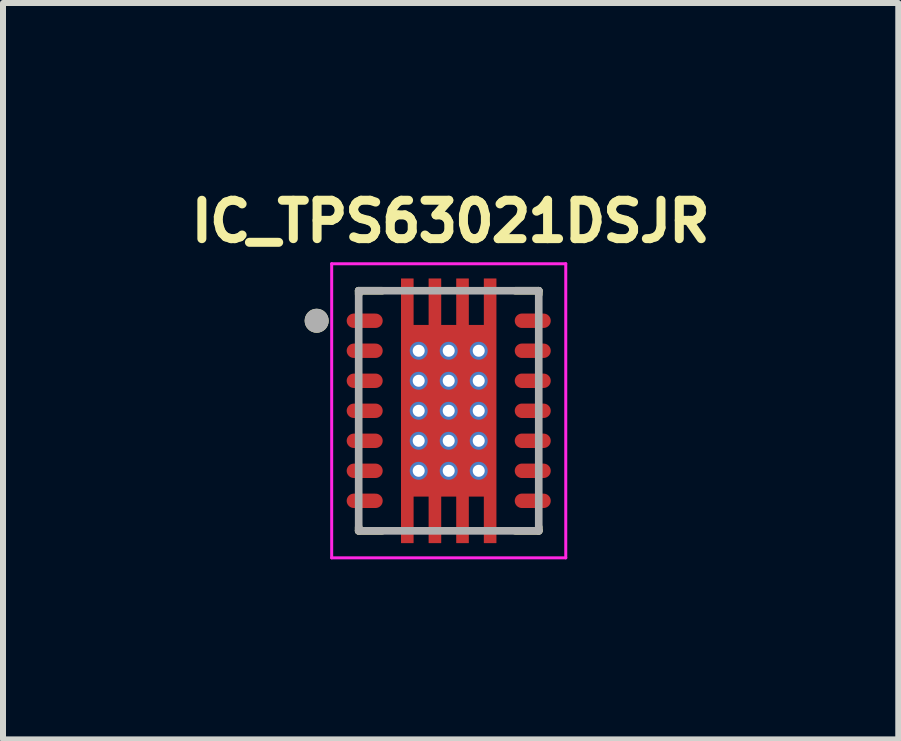
<source format=kicad_pcb>
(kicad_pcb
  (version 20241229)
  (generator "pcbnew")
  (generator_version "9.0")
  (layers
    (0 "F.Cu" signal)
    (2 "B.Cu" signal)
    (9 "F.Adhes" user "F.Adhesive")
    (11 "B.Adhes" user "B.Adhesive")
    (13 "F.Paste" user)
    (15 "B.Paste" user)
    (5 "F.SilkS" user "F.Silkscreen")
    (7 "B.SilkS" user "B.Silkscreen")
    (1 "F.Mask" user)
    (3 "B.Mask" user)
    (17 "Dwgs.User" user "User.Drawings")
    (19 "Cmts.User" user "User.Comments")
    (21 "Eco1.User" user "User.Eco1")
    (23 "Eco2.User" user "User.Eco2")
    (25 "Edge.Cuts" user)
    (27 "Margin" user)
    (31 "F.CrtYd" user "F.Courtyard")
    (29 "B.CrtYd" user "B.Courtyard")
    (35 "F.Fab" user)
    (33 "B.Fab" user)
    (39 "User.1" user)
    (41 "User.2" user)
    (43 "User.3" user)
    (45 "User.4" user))
  (footprint "IC_TPS63021DSJR"
    (layer "F.Cu")
    (at 4.426 3.794)
    (property "Reference" "IC_TPS63021DSJR" (at 0.032 -3.156 0) (layer "F.SilkS") (effects (font (size 0.64 0.64) (thickness 0.15))))
    (attr smd)
    (fp_poly (pts (xy -0.86 -2.27) (xy -0.52 -2.27) (xy -0.52 -1.495) (xy -0.4 -1.495) (xy -0.4 -2.27) (xy -0.06 -2.27) (xy -0.06 -1.495) (xy 0.06 -1.495) (xy 0.06 -2.27) (xy 0.4 -2.27) (xy 0.4 -1.495) (xy 0.52 -1.495) (xy 0.52 -2.27) (xy 0.86 -2.27) (xy 0.86 2.27) (xy 0.52 2.27) (xy 0.52 1.495) (xy 0.4 1.495) (xy 0.4 2.27) (xy 0.06 2.27) (xy 0.06 1.495) (xy -0.06 1.495) (xy -0.06 2.27) (xy -0.4 2.27) (xy -0.4 1.495) (xy -0.52 1.495) (xy -0.52 2.27) (xy -0.86 2.27)) (stroke (width 0.01) (type solid)) (fill yes) (layer "F.Mask"))
    (fp_poly (pts (xy -1.22 -1.31) (xy -1.58 -1.31) (xy -1.59 -1.31) (xy -1.6 -1.311) (xy -1.61 -1.312) (xy -1.62 -1.314) (xy -1.629 -1.316) (xy -1.639 -1.319) (xy -1.648 -1.323) (xy -1.657 -1.326) (xy -1.666 -1.331) (xy -1.675 -1.335) (xy -1.683 -1.341) (xy -1.692 -1.346) (xy -1.7 -1.352) (xy -1.707 -1.359) (xy -1.714 -1.366) (xy -1.721 -1.373) (xy -1.728 -1.38) (xy -1.734 -1.388) (xy -1.739 -1.397) (xy -1.745 -1.405) (xy -1.749 -1.414) (xy -1.754 -1.423) (xy -1.757 -1.432) (xy -1.761 -1.441) (xy -1.764 -1.451) (xy -1.766 -1.46) (xy -1.768 -1.47) (xy -1.769 -1.48) (xy -1.77 -1.49) (xy -1.77 -1.5) (xy -1.77 -1.51) (xy -1.769 -1.52) (xy -1.768 -1.53) (xy -1.766 -1.54) (xy -1.764 -1.549) (xy -1.761 -1.559) (xy -1.757 -1.568) (xy -1.754 -1.577) (xy -1.749 -1.586) (xy -1.745 -1.595) (xy -1.739 -1.603) (xy -1.734 -1.612) (xy -1.728 -1.62) (xy -1.721 -1.627) (xy -1.714 -1.634) (xy -1.707 -1.641) (xy -1.7 -1.648) (xy -1.692 -1.654) (xy -1.683 -1.659) (xy -1.675 -1.665) (xy -1.666 -1.669) (xy -1.657 -1.674) (xy -1.648 -1.677) (xy -1.639 -1.681) (xy -1.629 -1.684) (xy -1.62 -1.686) (xy -1.61 -1.688) (xy -1.6 -1.689) (xy -1.59 -1.69) (xy -1.58 -1.69) (xy -1.22 -1.69) (xy -1.21 -1.69) (xy -1.2 -1.689) (xy -1.19 -1.688) (xy -1.18 -1.686) (xy -1.171 -1.684) (xy -1.161 -1.681) (xy -1.152 -1.677) (xy -1.143 -1.674) (xy -1.134 -1.669) (xy -1.125 -1.665) (xy -1.117 -1.659) (xy -1.108 -1.654) (xy -1.1 -1.648) (xy -1.093 -1.641) (xy -1.086 -1.634) (xy -1.079 -1.627) (xy -1.072 -1.62) (xy -1.066 -1.612) (xy -1.061 -1.603) (xy -1.055 -1.595) (xy -1.051 -1.586) (xy -1.046 -1.577) (xy -1.043 -1.568) (xy -1.039 -1.559) (xy -1.036 -1.549) (xy -1.034 -1.54) (xy -1.032 -1.53) (xy -1.031 -1.52) (xy -1.03 -1.51) (xy -1.03 -1.5) (xy -1.03 -1.49) (xy -1.031 -1.48) (xy -1.032 -1.47) (xy -1.034 -1.46) (xy -1.036 -1.451) (xy -1.039 -1.441) (xy -1.043 -1.432) (xy -1.046 -1.423) (xy -1.051 -1.414) (xy -1.055 -1.405) (xy -1.061 -1.397) (xy -1.066 -1.388) (xy -1.072 -1.38) (xy -1.079 -1.373) (xy -1.086 -1.366) (xy -1.093 -1.359) (xy -1.1 -1.352) (xy -1.108 -1.346) (xy -1.117 -1.341) (xy -1.125 -1.335) (xy -1.134 -1.331) (xy -1.143 -1.326) (xy -1.152 -1.323) (xy -1.161 -1.319) (xy -1.171 -1.316) (xy -1.18 -1.314) (xy -1.19 -1.312) (xy -1.2 -1.311) (xy -1.21 -1.31) (xy -1.22 -1.31)) (stroke (width 0.01) (type solid)) (fill yes) (layer "F.Mask"))
    (fp_poly (pts (xy -1.22 -0.81) (xy -1.58 -0.81) (xy -1.59 -0.81) (xy -1.6 -0.811) (xy -1.61 -0.812) (xy -1.62 -0.814) (xy -1.629 -0.816) (xy -1.639 -0.819) (xy -1.648 -0.823) (xy -1.657 -0.826) (xy -1.666 -0.831) (xy -1.675 -0.835) (xy -1.683 -0.841) (xy -1.692 -0.846) (xy -1.7 -0.852) (xy -1.707 -0.859) (xy -1.714 -0.866) (xy -1.721 -0.873) (xy -1.728 -0.88) (xy -1.734 -0.888) (xy -1.739 -0.897) (xy -1.745 -0.905) (xy -1.749 -0.914) (xy -1.754 -0.923) (xy -1.757 -0.932) (xy -1.761 -0.941) (xy -1.764 -0.951) (xy -1.766 -0.96) (xy -1.768 -0.97) (xy -1.769 -0.98) (xy -1.77 -0.99) (xy -1.77 -1) (xy -1.77 -1.01) (xy -1.769 -1.02) (xy -1.768 -1.03) (xy -1.766 -1.04) (xy -1.764 -1.049) (xy -1.761 -1.059) (xy -1.757 -1.068) (xy -1.754 -1.077) (xy -1.749 -1.086) (xy -1.745 -1.095) (xy -1.739 -1.103) (xy -1.734 -1.112) (xy -1.728 -1.12) (xy -1.721 -1.127) (xy -1.714 -1.134) (xy -1.707 -1.141) (xy -1.7 -1.148) (xy -1.692 -1.154) (xy -1.683 -1.159) (xy -1.675 -1.165) (xy -1.666 -1.169) (xy -1.657 -1.174) (xy -1.648 -1.177) (xy -1.639 -1.181) (xy -1.629 -1.184) (xy -1.62 -1.186) (xy -1.61 -1.188) (xy -1.6 -1.189) (xy -1.59 -1.19) (xy -1.58 -1.19) (xy -1.22 -1.19) (xy -1.21 -1.19) (xy -1.2 -1.189) (xy -1.19 -1.188) (xy -1.18 -1.186) (xy -1.171 -1.184) (xy -1.161 -1.181) (xy -1.152 -1.177) (xy -1.143 -1.174) (xy -1.134 -1.169) (xy -1.125 -1.165) (xy -1.117 -1.159) (xy -1.108 -1.154) (xy -1.1 -1.148) (xy -1.093 -1.141) (xy -1.086 -1.134) (xy -1.079 -1.127) (xy -1.072 -1.12) (xy -1.066 -1.112) (xy -1.061 -1.103) (xy -1.055 -1.095) (xy -1.051 -1.086) (xy -1.046 -1.077) (xy -1.043 -1.068) (xy -1.039 -1.059) (xy -1.036 -1.049) (xy -1.034 -1.04) (xy -1.032 -1.03) (xy -1.031 -1.02) (xy -1.03 -1.01) (xy -1.03 -1) (xy -1.03 -0.99) (xy -1.031 -0.98) (xy -1.032 -0.97) (xy -1.034 -0.96) (xy -1.036 -0.951) (xy -1.039 -0.941) (xy -1.043 -0.932) (xy -1.046 -0.923) (xy -1.051 -0.914) (xy -1.055 -0.905) (xy -1.061 -0.897) (xy -1.066 -0.888) (xy -1.072 -0.88) (xy -1.079 -0.873) (xy -1.086 -0.866) (xy -1.093 -0.859) (xy -1.1 -0.852) (xy -1.108 -0.846) (xy -1.117 -0.841) (xy -1.125 -0.835) (xy -1.134 -0.831) (xy -1.143 -0.826) (xy -1.152 -0.823) (xy -1.161 -0.819) (xy -1.171 -0.816) (xy -1.18 -0.814) (xy -1.19 -0.812) (xy -1.2 -0.811) (xy -1.21 -0.81) (xy -1.22 -0.81)) (stroke (width 0.01) (type solid)) (fill yes) (layer "F.Mask"))
    (fp_poly (pts (xy -1.22 -0.31) (xy -1.58 -0.31) (xy -1.59 -0.31) (xy -1.6 -0.311) (xy -1.61 -0.312) (xy -1.62 -0.314) (xy -1.629 -0.316) (xy -1.639 -0.319) (xy -1.648 -0.323) (xy -1.657 -0.326) (xy -1.666 -0.331) (xy -1.675 -0.335) (xy -1.683 -0.341) (xy -1.692 -0.346) (xy -1.7 -0.352) (xy -1.707 -0.359) (xy -1.714 -0.366) (xy -1.721 -0.373) (xy -1.728 -0.38) (xy -1.734 -0.388) (xy -1.739 -0.397) (xy -1.745 -0.405) (xy -1.749 -0.414) (xy -1.754 -0.423) (xy -1.757 -0.432) (xy -1.761 -0.441) (xy -1.764 -0.451) (xy -1.766 -0.46) (xy -1.768 -0.47) (xy -1.769 -0.48) (xy -1.77 -0.49) (xy -1.77 -0.5) (xy -1.77 -0.51) (xy -1.769 -0.52) (xy -1.768 -0.53) (xy -1.766 -0.54) (xy -1.764 -0.549) (xy -1.761 -0.559) (xy -1.757 -0.568) (xy -1.754 -0.577) (xy -1.749 -0.586) (xy -1.745 -0.595) (xy -1.739 -0.603) (xy -1.734 -0.612) (xy -1.728 -0.62) (xy -1.721 -0.627) (xy -1.714 -0.634) (xy -1.707 -0.641) (xy -1.7 -0.648) (xy -1.692 -0.654) (xy -1.683 -0.659) (xy -1.675 -0.665) (xy -1.666 -0.669) (xy -1.657 -0.674) (xy -1.648 -0.677) (xy -1.639 -0.681) (xy -1.629 -0.684) (xy -1.62 -0.686) (xy -1.61 -0.688) (xy -1.6 -0.689) (xy -1.59 -0.69) (xy -1.58 -0.69) (xy -1.22 -0.69) (xy -1.21 -0.69) (xy -1.2 -0.689) (xy -1.19 -0.688) (xy -1.18 -0.686) (xy -1.171 -0.684) (xy -1.161 -0.681) (xy -1.152 -0.677) (xy -1.143 -0.674) (xy -1.134 -0.669) (xy -1.125 -0.665) (xy -1.117 -0.659) (xy -1.108 -0.654) (xy -1.1 -0.648) (xy -1.093 -0.641) (xy -1.086 -0.634) (xy -1.079 -0.627) (xy -1.072 -0.62) (xy -1.066 -0.612) (xy -1.061 -0.603) (xy -1.055 -0.595) (xy -1.051 -0.586) (xy -1.046 -0.577) (xy -1.043 -0.568) (xy -1.039 -0.559) (xy -1.036 -0.549) (xy -1.034 -0.54) (xy -1.032 -0.53) (xy -1.031 -0.52) (xy -1.03 -0.51) (xy -1.03 -0.5) (xy -1.03 -0.49) (xy -1.031 -0.48) (xy -1.032 -0.47) (xy -1.034 -0.46) (xy -1.036 -0.451) (xy -1.039 -0.441) (xy -1.043 -0.432) (xy -1.046 -0.423) (xy -1.051 -0.414) (xy -1.055 -0.405) (xy -1.061 -0.397) (xy -1.066 -0.388) (xy -1.072 -0.38) (xy -1.079 -0.373) (xy -1.086 -0.366) (xy -1.093 -0.359) (xy -1.1 -0.352) (xy -1.108 -0.346) (xy -1.117 -0.341) (xy -1.125 -0.335) (xy -1.134 -0.331) (xy -1.143 -0.326) (xy -1.152 -0.323) (xy -1.161 -0.319) (xy -1.171 -0.316) (xy -1.18 -0.314) (xy -1.19 -0.312) (xy -1.2 -0.311) (xy -1.21 -0.31) (xy -1.22 -0.31)) (stroke (width 0.01) (type solid)) (fill yes) (layer "F.Mask"))
    (fp_poly (pts (xy -1.22 0.19) (xy -1.58 0.19) (xy -1.59 0.19) (xy -1.6 0.189) (xy -1.61 0.188) (xy -1.62 0.186) (xy -1.629 0.184) (xy -1.639 0.181) (xy -1.648 0.177) (xy -1.657 0.174) (xy -1.666 0.169) (xy -1.675 0.165) (xy -1.683 0.159) (xy -1.692 0.154) (xy -1.7 0.148) (xy -1.707 0.141) (xy -1.714 0.134) (xy -1.721 0.127) (xy -1.728 0.12) (xy -1.734 0.112) (xy -1.739 0.103) (xy -1.745 0.095) (xy -1.749 0.086) (xy -1.754 0.077) (xy -1.757 0.068) (xy -1.761 0.059) (xy -1.764 0.049) (xy -1.766 0.04) (xy -1.768 0.03) (xy -1.769 0.02) (xy -1.77 0.01) (xy -1.77 0) (xy -1.77 -0.01) (xy -1.769 -0.02) (xy -1.768 -0.03) (xy -1.766 -0.04) (xy -1.764 -0.049) (xy -1.761 -0.059) (xy -1.757 -0.068) (xy -1.754 -0.077) (xy -1.749 -0.086) (xy -1.745 -0.095) (xy -1.739 -0.103) (xy -1.734 -0.112) (xy -1.728 -0.12) (xy -1.721 -0.127) (xy -1.714 -0.134) (xy -1.707 -0.141) (xy -1.7 -0.148) (xy -1.692 -0.154) (xy -1.683 -0.159) (xy -1.675 -0.165) (xy -1.666 -0.169) (xy -1.657 -0.174) (xy -1.648 -0.177) (xy -1.639 -0.181) (xy -1.629 -0.184) (xy -1.62 -0.186) (xy -1.61 -0.188) (xy -1.6 -0.189) (xy -1.59 -0.19) (xy -1.58 -0.19) (xy -1.22 -0.19) (xy -1.21 -0.19) (xy -1.2 -0.189) (xy -1.19 -0.188) (xy -1.18 -0.186) (xy -1.171 -0.184) (xy -1.161 -0.181) (xy -1.152 -0.177) (xy -1.143 -0.174) (xy -1.134 -0.169) (xy -1.125 -0.165) (xy -1.117 -0.159) (xy -1.108 -0.154) (xy -1.1 -0.148) (xy -1.093 -0.141) (xy -1.086 -0.134) (xy -1.079 -0.127) (xy -1.072 -0.12) (xy -1.066 -0.112) (xy -1.061 -0.103) (xy -1.055 -0.095) (xy -1.051 -0.086) (xy -1.046 -0.077) (xy -1.043 -0.068) (xy -1.039 -0.059) (xy -1.036 -0.049) (xy -1.034 -0.04) (xy -1.032 -0.03) (xy -1.031 -0.02) (xy -1.03 -0.01) (xy -1.03 0) (xy -1.03 0.01) (xy -1.031 0.02) (xy -1.032 0.03) (xy -1.034 0.04) (xy -1.036 0.049) (xy -1.039 0.059) (xy -1.043 0.068) (xy -1.046 0.077) (xy -1.051 0.086) (xy -1.055 0.095) (xy -1.061 0.103) (xy -1.066 0.112) (xy -1.072 0.12) (xy -1.079 0.127) (xy -1.086 0.134) (xy -1.093 0.141) (xy -1.1 0.148) (xy -1.108 0.154) (xy -1.117 0.159) (xy -1.125 0.165) (xy -1.134 0.169) (xy -1.143 0.174) (xy -1.152 0.177) (xy -1.161 0.181) (xy -1.171 0.184) (xy -1.18 0.186) (xy -1.19 0.188) (xy -1.2 0.189) (xy -1.21 0.19) (xy -1.22 0.19)) (stroke (width 0.01) (type solid)) (fill yes) (layer "F.Mask"))
    (fp_poly (pts (xy -1.22 0.69) (xy -1.58 0.69) (xy -1.59 0.69) (xy -1.6 0.689) (xy -1.61 0.688) (xy -1.62 0.686) (xy -1.629 0.684) (xy -1.639 0.681) (xy -1.648 0.677) (xy -1.657 0.674) (xy -1.666 0.669) (xy -1.675 0.665) (xy -1.683 0.659) (xy -1.692 0.654) (xy -1.7 0.648) (xy -1.707 0.641) (xy -1.714 0.634) (xy -1.721 0.627) (xy -1.728 0.62) (xy -1.734 0.612) (xy -1.739 0.603) (xy -1.745 0.595) (xy -1.749 0.586) (xy -1.754 0.577) (xy -1.757 0.568) (xy -1.761 0.559) (xy -1.764 0.549) (xy -1.766 0.54) (xy -1.768 0.53) (xy -1.769 0.52) (xy -1.77 0.51) (xy -1.77 0.5) (xy -1.77 0.49) (xy -1.769 0.48) (xy -1.768 0.47) (xy -1.766 0.46) (xy -1.764 0.451) (xy -1.761 0.441) (xy -1.757 0.432) (xy -1.754 0.423) (xy -1.749 0.414) (xy -1.745 0.405) (xy -1.739 0.397) (xy -1.734 0.388) (xy -1.728 0.38) (xy -1.721 0.373) (xy -1.714 0.366) (xy -1.707 0.359) (xy -1.7 0.352) (xy -1.692 0.346) (xy -1.683 0.341) (xy -1.675 0.335) (xy -1.666 0.331) (xy -1.657 0.326) (xy -1.648 0.323) (xy -1.639 0.319) (xy -1.629 0.316) (xy -1.62 0.314) (xy -1.61 0.312) (xy -1.6 0.311) (xy -1.59 0.31) (xy -1.58 0.31) (xy -1.22 0.31) (xy -1.21 0.31) (xy -1.2 0.311) (xy -1.19 0.312) (xy -1.18 0.314) (xy -1.171 0.316) (xy -1.161 0.319) (xy -1.152 0.323) (xy -1.143 0.326) (xy -1.134 0.331) (xy -1.125 0.335) (xy -1.117 0.341) (xy -1.108 0.346) (xy -1.1 0.352) (xy -1.093 0.359) (xy -1.086 0.366) (xy -1.079 0.373) (xy -1.072 0.38) (xy -1.066 0.388) (xy -1.061 0.397) (xy -1.055 0.405) (xy -1.051 0.414) (xy -1.046 0.423) (xy -1.043 0.432) (xy -1.039 0.441) (xy -1.036 0.451) (xy -1.034 0.46) (xy -1.032 0.47) (xy -1.031 0.48) (xy -1.03 0.49) (xy -1.03 0.5) (xy -1.03 0.51) (xy -1.031 0.52) (xy -1.032 0.53) (xy -1.034 0.54) (xy -1.036 0.549) (xy -1.039 0.559) (xy -1.043 0.568) (xy -1.046 0.577) (xy -1.051 0.586) (xy -1.055 0.595) (xy -1.061 0.603) (xy -1.066 0.612) (xy -1.072 0.62) (xy -1.079 0.627) (xy -1.086 0.634) (xy -1.093 0.641) (xy -1.1 0.648) (xy -1.108 0.654) (xy -1.117 0.659) (xy -1.125 0.665) (xy -1.134 0.669) (xy -1.143 0.674) (xy -1.152 0.677) (xy -1.161 0.681) (xy -1.171 0.684) (xy -1.18 0.686) (xy -1.19 0.688) (xy -1.2 0.689) (xy -1.21 0.69) (xy -1.22 0.69)) (stroke (width 0.01) (type solid)) (fill yes) (layer "F.Mask"))
    (fp_poly (pts (xy -1.22 1.19) (xy -1.58 1.19) (xy -1.59 1.19) (xy -1.6 1.189) (xy -1.61 1.188) (xy -1.62 1.186) (xy -1.629 1.184) (xy -1.639 1.181) (xy -1.648 1.177) (xy -1.657 1.174) (xy -1.666 1.169) (xy -1.675 1.165) (xy -1.683 1.159) (xy -1.692 1.154) (xy -1.7 1.148) (xy -1.707 1.141) (xy -1.714 1.134) (xy -1.721 1.127) (xy -1.728 1.12) (xy -1.734 1.112) (xy -1.739 1.103) (xy -1.745 1.095) (xy -1.749 1.086) (xy -1.754 1.077) (xy -1.757 1.068) (xy -1.761 1.059) (xy -1.764 1.049) (xy -1.766 1.04) (xy -1.768 1.03) (xy -1.769 1.02) (xy -1.77 1.01) (xy -1.77 1) (xy -1.77 0.99) (xy -1.769 0.98) (xy -1.768 0.97) (xy -1.766 0.96) (xy -1.764 0.951) (xy -1.761 0.941) (xy -1.757 0.932) (xy -1.754 0.923) (xy -1.749 0.914) (xy -1.745 0.905) (xy -1.739 0.897) (xy -1.734 0.888) (xy -1.728 0.88) (xy -1.721 0.873) (xy -1.714 0.866) (xy -1.707 0.859) (xy -1.7 0.852) (xy -1.692 0.846) (xy -1.683 0.841) (xy -1.675 0.835) (xy -1.666 0.831) (xy -1.657 0.826) (xy -1.648 0.823) (xy -1.639 0.819) (xy -1.629 0.816) (xy -1.62 0.814) (xy -1.61 0.812) (xy -1.6 0.811) (xy -1.59 0.81) (xy -1.58 0.81) (xy -1.22 0.81) (xy -1.21 0.81) (xy -1.2 0.811) (xy -1.19 0.812) (xy -1.18 0.814) (xy -1.171 0.816) (xy -1.161 0.819) (xy -1.152 0.823) (xy -1.143 0.826) (xy -1.134 0.831) (xy -1.125 0.835) (xy -1.117 0.841) (xy -1.108 0.846) (xy -1.1 0.852) (xy -1.093 0.859) (xy -1.086 0.866) (xy -1.079 0.873) (xy -1.072 0.88) (xy -1.066 0.888) (xy -1.061 0.897) (xy -1.055 0.905) (xy -1.051 0.914) (xy -1.046 0.923) (xy -1.043 0.932) (xy -1.039 0.941) (xy -1.036 0.951) (xy -1.034 0.96) (xy -1.032 0.97) (xy -1.031 0.98) (xy -1.03 0.99) (xy -1.03 1) (xy -1.03 1.01) (xy -1.031 1.02) (xy -1.032 1.03) (xy -1.034 1.04) (xy -1.036 1.049) (xy -1.039 1.059) (xy -1.043 1.068) (xy -1.046 1.077) (xy -1.051 1.086) (xy -1.055 1.095) (xy -1.061 1.103) (xy -1.066 1.112) (xy -1.072 1.12) (xy -1.079 1.127) (xy -1.086 1.134) (xy -1.093 1.141) (xy -1.1 1.148) (xy -1.108 1.154) (xy -1.117 1.159) (xy -1.125 1.165) (xy -1.134 1.169) (xy -1.143 1.174) (xy -1.152 1.177) (xy -1.161 1.181) (xy -1.171 1.184) (xy -1.18 1.186) (xy -1.19 1.188) (xy -1.2 1.189) (xy -1.21 1.19) (xy -1.22 1.19)) (stroke (width 0.01) (type solid)) (fill yes) (layer "F.Mask"))
    (fp_poly (pts (xy -1.22 1.69) (xy -1.58 1.69) (xy -1.59 1.69) (xy -1.6 1.689) (xy -1.61 1.688) (xy -1.62 1.686) (xy -1.629 1.684) (xy -1.639 1.681) (xy -1.648 1.677) (xy -1.657 1.674) (xy -1.666 1.669) (xy -1.675 1.665) (xy -1.683 1.659) (xy -1.692 1.654) (xy -1.7 1.648) (xy -1.707 1.641) (xy -1.714 1.634) (xy -1.721 1.627) (xy -1.728 1.62) (xy -1.734 1.612) (xy -1.739 1.603) (xy -1.745 1.595) (xy -1.749 1.586) (xy -1.754 1.577) (xy -1.757 1.568) (xy -1.761 1.559) (xy -1.764 1.549) (xy -1.766 1.54) (xy -1.768 1.53) (xy -1.769 1.52) (xy -1.77 1.51) (xy -1.77 1.5) (xy -1.77 1.49) (xy -1.769 1.48) (xy -1.768 1.47) (xy -1.766 1.46) (xy -1.764 1.451) (xy -1.761 1.441) (xy -1.757 1.432) (xy -1.754 1.423) (xy -1.749 1.414) (xy -1.745 1.405) (xy -1.739 1.397) (xy -1.734 1.388) (xy -1.728 1.38) (xy -1.721 1.373) (xy -1.714 1.366) (xy -1.707 1.359) (xy -1.7 1.352) (xy -1.692 1.346) (xy -1.683 1.341) (xy -1.675 1.335) (xy -1.666 1.331) (xy -1.657 1.326) (xy -1.648 1.323) (xy -1.639 1.319) (xy -1.629 1.316) (xy -1.62 1.314) (xy -1.61 1.312) (xy -1.6 1.311) (xy -1.59 1.31) (xy -1.58 1.31) (xy -1.22 1.31) (xy -1.21 1.31) (xy -1.2 1.311) (xy -1.19 1.312) (xy -1.18 1.314) (xy -1.171 1.316) (xy -1.161 1.319) (xy -1.152 1.323) (xy -1.143 1.326) (xy -1.134 1.331) (xy -1.125 1.335) (xy -1.117 1.341) (xy -1.108 1.346) (xy -1.1 1.352) (xy -1.093 1.359) (xy -1.086 1.366) (xy -1.079 1.373) (xy -1.072 1.38) (xy -1.066 1.388) (xy -1.061 1.397) (xy -1.055 1.405) (xy -1.051 1.414) (xy -1.046 1.423) (xy -1.043 1.432) (xy -1.039 1.441) (xy -1.036 1.451) (xy -1.034 1.46) (xy -1.032 1.47) (xy -1.031 1.48) (xy -1.03 1.49) (xy -1.03 1.5) (xy -1.03 1.51) (xy -1.031 1.52) (xy -1.032 1.53) (xy -1.034 1.54) (xy -1.036 1.549) (xy -1.039 1.559) (xy -1.043 1.568) (xy -1.046 1.577) (xy -1.051 1.586) (xy -1.055 1.595) (xy -1.061 1.603) (xy -1.066 1.612) (xy -1.072 1.62) (xy -1.079 1.627) (xy -1.086 1.634) (xy -1.093 1.641) (xy -1.1 1.648) (xy -1.108 1.654) (xy -1.117 1.659) (xy -1.125 1.665) (xy -1.134 1.669) (xy -1.143 1.674) (xy -1.152 1.677) (xy -1.161 1.681) (xy -1.171 1.684) (xy -1.18 1.686) (xy -1.19 1.688) (xy -1.2 1.689) (xy -1.21 1.69) (xy -1.22 1.69)) (stroke (width 0.01) (type solid)) (fill yes) (layer "F.Mask"))
    (fp_poly (pts (xy 1.58 -1.31) (xy 1.22 -1.31) (xy 1.21 -1.31) (xy 1.2 -1.311) (xy 1.19 -1.312) (xy 1.18 -1.314) (xy 1.171 -1.316) (xy 1.161 -1.319) (xy 1.152 -1.323) (xy 1.143 -1.326) (xy 1.134 -1.331) (xy 1.125 -1.335) (xy 1.117 -1.341) (xy 1.108 -1.346) (xy 1.1 -1.352) (xy 1.093 -1.359) (xy 1.086 -1.366) (xy 1.079 -1.373) (xy 1.072 -1.38) (xy 1.066 -1.388) (xy 1.061 -1.397) (xy 1.055 -1.405) (xy 1.051 -1.414) (xy 1.046 -1.423) (xy 1.043 -1.432) (xy 1.039 -1.441) (xy 1.036 -1.451) (xy 1.034 -1.46) (xy 1.032 -1.47) (xy 1.031 -1.48) (xy 1.03 -1.49) (xy 1.03 -1.5) (xy 1.03 -1.51) (xy 1.031 -1.52) (xy 1.032 -1.53) (xy 1.034 -1.54) (xy 1.036 -1.549) (xy 1.039 -1.559) (xy 1.043 -1.568) (xy 1.046 -1.577) (xy 1.051 -1.586) (xy 1.055 -1.595) (xy 1.061 -1.603) (xy 1.066 -1.612) (xy 1.072 -1.62) (xy 1.079 -1.627) (xy 1.086 -1.634) (xy 1.093 -1.641) (xy 1.1 -1.648) (xy 1.108 -1.654) (xy 1.117 -1.659) (xy 1.125 -1.665) (xy 1.134 -1.669) (xy 1.143 -1.674) (xy 1.152 -1.677) (xy 1.161 -1.681) (xy 1.171 -1.684) (xy 1.18 -1.686) (xy 1.19 -1.688) (xy 1.2 -1.689) (xy 1.21 -1.69) (xy 1.22 -1.69) (xy 1.58 -1.69) (xy 1.59 -1.69) (xy 1.6 -1.689) (xy 1.61 -1.688) (xy 1.62 -1.686) (xy 1.629 -1.684) (xy 1.639 -1.681) (xy 1.648 -1.677) (xy 1.657 -1.674) (xy 1.666 -1.669) (xy 1.675 -1.665) (xy 1.683 -1.659) (xy 1.692 -1.654) (xy 1.7 -1.648) (xy 1.707 -1.641) (xy 1.714 -1.634) (xy 1.721 -1.627) (xy 1.728 -1.62) (xy 1.734 -1.612) (xy 1.739 -1.603) (xy 1.745 -1.595) (xy 1.749 -1.586) (xy 1.754 -1.577) (xy 1.757 -1.568) (xy 1.761 -1.559) (xy 1.764 -1.549) (xy 1.766 -1.54) (xy 1.768 -1.53) (xy 1.769 -1.52) (xy 1.77 -1.51) (xy 1.77 -1.5) (xy 1.77 -1.49) (xy 1.769 -1.48) (xy 1.768 -1.47) (xy 1.766 -1.46) (xy 1.764 -1.451) (xy 1.761 -1.441) (xy 1.757 -1.432) (xy 1.754 -1.423) (xy 1.749 -1.414) (xy 1.745 -1.405) (xy 1.739 -1.397) (xy 1.734 -1.388) (xy 1.728 -1.38) (xy 1.721 -1.373) (xy 1.714 -1.366) (xy 1.707 -1.359) (xy 1.7 -1.352) (xy 1.692 -1.346) (xy 1.683 -1.341) (xy 1.675 -1.335) (xy 1.666 -1.331) (xy 1.657 -1.326) (xy 1.648 -1.323) (xy 1.639 -1.319) (xy 1.629 -1.316) (xy 1.62 -1.314) (xy 1.61 -1.312) (xy 1.6 -1.311) (xy 1.59 -1.31) (xy 1.58 -1.31)) (stroke (width 0.01) (type solid)) (fill yes) (layer "F.Mask"))
    (fp_poly (pts (xy 1.58 -0.81) (xy 1.22 -0.81) (xy 1.21 -0.81) (xy 1.2 -0.811) (xy 1.19 -0.812) (xy 1.18 -0.814) (xy 1.171 -0.816) (xy 1.161 -0.819) (xy 1.152 -0.823) (xy 1.143 -0.826) (xy 1.134 -0.831) (xy 1.125 -0.835) (xy 1.117 -0.841) (xy 1.108 -0.846) (xy 1.1 -0.852) (xy 1.093 -0.859) (xy 1.086 -0.866) (xy 1.079 -0.873) (xy 1.072 -0.88) (xy 1.066 -0.888) (xy 1.061 -0.897) (xy 1.055 -0.905) (xy 1.051 -0.914) (xy 1.046 -0.923) (xy 1.043 -0.932) (xy 1.039 -0.941) (xy 1.036 -0.951) (xy 1.034 -0.96) (xy 1.032 -0.97) (xy 1.031 -0.98) (xy 1.03 -0.99) (xy 1.03 -1) (xy 1.03 -1.01) (xy 1.031 -1.02) (xy 1.032 -1.03) (xy 1.034 -1.04) (xy 1.036 -1.049) (xy 1.039 -1.059) (xy 1.043 -1.068) (xy 1.046 -1.077) (xy 1.051 -1.086) (xy 1.055 -1.095) (xy 1.061 -1.103) (xy 1.066 -1.112) (xy 1.072 -1.12) (xy 1.079 -1.127) (xy 1.086 -1.134) (xy 1.093 -1.141) (xy 1.1 -1.148) (xy 1.108 -1.154) (xy 1.117 -1.159) (xy 1.125 -1.165) (xy 1.134 -1.169) (xy 1.143 -1.174) (xy 1.152 -1.177) (xy 1.161 -1.181) (xy 1.171 -1.184) (xy 1.18 -1.186) (xy 1.19 -1.188) (xy 1.2 -1.189) (xy 1.21 -1.19) (xy 1.22 -1.19) (xy 1.58 -1.19) (xy 1.59 -1.19) (xy 1.6 -1.189) (xy 1.61 -1.188) (xy 1.62 -1.186) (xy 1.629 -1.184) (xy 1.639 -1.181) (xy 1.648 -1.177) (xy 1.657 -1.174) (xy 1.666 -1.169) (xy 1.675 -1.165) (xy 1.683 -1.159) (xy 1.692 -1.154) (xy 1.7 -1.148) (xy 1.707 -1.141) (xy 1.714 -1.134) (xy 1.721 -1.127) (xy 1.728 -1.12) (xy 1.734 -1.112) (xy 1.739 -1.103) (xy 1.745 -1.095) (xy 1.749 -1.086) (xy 1.754 -1.077) (xy 1.757 -1.068) (xy 1.761 -1.059) (xy 1.764 -1.049) (xy 1.766 -1.04) (xy 1.768 -1.03) (xy 1.769 -1.02) (xy 1.77 -1.01) (xy 1.77 -1) (xy 1.77 -0.99) (xy 1.769 -0.98) (xy 1.768 -0.97) (xy 1.766 -0.96) (xy 1.764 -0.951) (xy 1.761 -0.941) (xy 1.757 -0.932) (xy 1.754 -0.923) (xy 1.749 -0.914) (xy 1.745 -0.905) (xy 1.739 -0.897) (xy 1.734 -0.888) (xy 1.728 -0.88) (xy 1.721 -0.873) (xy 1.714 -0.866) (xy 1.707 -0.859) (xy 1.7 -0.852) (xy 1.692 -0.846) (xy 1.683 -0.841) (xy 1.675 -0.835) (xy 1.666 -0.831) (xy 1.657 -0.826) (xy 1.648 -0.823) (xy 1.639 -0.819) (xy 1.629 -0.816) (xy 1.62 -0.814) (xy 1.61 -0.812) (xy 1.6 -0.811) (xy 1.59 -0.81) (xy 1.58 -0.81)) (stroke (width 0.01) (type solid)) (fill yes) (layer "F.Mask"))
    (fp_poly (pts (xy 1.58 -0.31) (xy 1.22 -0.31) (xy 1.21 -0.31) (xy 1.2 -0.311) (xy 1.19 -0.312) (xy 1.18 -0.314) (xy 1.171 -0.316) (xy 1.161 -0.319) (xy 1.152 -0.323) (xy 1.143 -0.326) (xy 1.134 -0.331) (xy 1.125 -0.335) (xy 1.117 -0.341) (xy 1.108 -0.346) (xy 1.1 -0.352) (xy 1.093 -0.359) (xy 1.086 -0.366) (xy 1.079 -0.373) (xy 1.072 -0.38) (xy 1.066 -0.388) (xy 1.061 -0.397) (xy 1.055 -0.405) (xy 1.051 -0.414) (xy 1.046 -0.423) (xy 1.043 -0.432) (xy 1.039 -0.441) (xy 1.036 -0.451) (xy 1.034 -0.46) (xy 1.032 -0.47) (xy 1.031 -0.48) (xy 1.03 -0.49) (xy 1.03 -0.5) (xy 1.03 -0.51) (xy 1.031 -0.52) (xy 1.032 -0.53) (xy 1.034 -0.54) (xy 1.036 -0.549) (xy 1.039 -0.559) (xy 1.043 -0.568) (xy 1.046 -0.577) (xy 1.051 -0.586) (xy 1.055 -0.595) (xy 1.061 -0.603) (xy 1.066 -0.612) (xy 1.072 -0.62) (xy 1.079 -0.627) (xy 1.086 -0.634) (xy 1.093 -0.641) (xy 1.1 -0.648) (xy 1.108 -0.654) (xy 1.117 -0.659) (xy 1.125 -0.665) (xy 1.134 -0.669) (xy 1.143 -0.674) (xy 1.152 -0.677) (xy 1.161 -0.681) (xy 1.171 -0.684) (xy 1.18 -0.686) (xy 1.19 -0.688) (xy 1.2 -0.689) (xy 1.21 -0.69) (xy 1.22 -0.69) (xy 1.58 -0.69) (xy 1.59 -0.69) (xy 1.6 -0.689) (xy 1.61 -0.688) (xy 1.62 -0.686) (xy 1.629 -0.684) (xy 1.639 -0.681) (xy 1.648 -0.677) (xy 1.657 -0.674) (xy 1.666 -0.669) (xy 1.675 -0.665) (xy 1.683 -0.659) (xy 1.692 -0.654) (xy 1.7 -0.648) (xy 1.707 -0.641) (xy 1.714 -0.634) (xy 1.721 -0.627) (xy 1.728 -0.62) (xy 1.734 -0.612) (xy 1.739 -0.603) (xy 1.745 -0.595) (xy 1.749 -0.586) (xy 1.754 -0.577) (xy 1.757 -0.568) (xy 1.761 -0.559) (xy 1.764 -0.549) (xy 1.766 -0.54) (xy 1.768 -0.53) (xy 1.769 -0.52) (xy 1.77 -0.51) (xy 1.77 -0.5) (xy 1.77 -0.49) (xy 1.769 -0.48) (xy 1.768 -0.47) (xy 1.766 -0.46) (xy 1.764 -0.451) (xy 1.761 -0.441) (xy 1.757 -0.432) (xy 1.754 -0.423) (xy 1.749 -0.414) (xy 1.745 -0.405) (xy 1.739 -0.397) (xy 1.734 -0.388) (xy 1.728 -0.38) (xy 1.721 -0.373) (xy 1.714 -0.366) (xy 1.707 -0.359) (xy 1.7 -0.352) (xy 1.692 -0.346) (xy 1.683 -0.341) (xy 1.675 -0.335) (xy 1.666 -0.331) (xy 1.657 -0.326) (xy 1.648 -0.323) (xy 1.639 -0.319) (xy 1.629 -0.316) (xy 1.62 -0.314) (xy 1.61 -0.312) (xy 1.6 -0.311) (xy 1.59 -0.31) (xy 1.58 -0.31)) (stroke (width 0.01) (type solid)) (fill yes) (layer "F.Mask"))
    (fp_poly (pts (xy 1.58 0.19) (xy 1.22 0.19) (xy 1.21 0.19) (xy 1.2 0.189) (xy 1.19 0.188) (xy 1.18 0.186) (xy 1.171 0.184) (xy 1.161 0.181) (xy 1.152 0.177) (xy 1.143 0.174) (xy 1.134 0.169) (xy 1.125 0.165) (xy 1.117 0.159) (xy 1.108 0.154) (xy 1.1 0.148) (xy 1.093 0.141) (xy 1.086 0.134) (xy 1.079 0.127) (xy 1.072 0.12) (xy 1.066 0.112) (xy 1.061 0.103) (xy 1.055 0.095) (xy 1.051 0.086) (xy 1.046 0.077) (xy 1.043 0.068) (xy 1.039 0.059) (xy 1.036 0.049) (xy 1.034 0.04) (xy 1.032 0.03) (xy 1.031 0.02) (xy 1.03 0.01) (xy 1.03 0) (xy 1.03 -0.01) (xy 1.031 -0.02) (xy 1.032 -0.03) (xy 1.034 -0.04) (xy 1.036 -0.049) (xy 1.039 -0.059) (xy 1.043 -0.068) (xy 1.046 -0.077) (xy 1.051 -0.086) (xy 1.055 -0.095) (xy 1.061 -0.103) (xy 1.066 -0.112) (xy 1.072 -0.12) (xy 1.079 -0.127) (xy 1.086 -0.134) (xy 1.093 -0.141) (xy 1.1 -0.148) (xy 1.108 -0.154) (xy 1.117 -0.159) (xy 1.125 -0.165) (xy 1.134 -0.169) (xy 1.143 -0.174) (xy 1.152 -0.177) (xy 1.161 -0.181) (xy 1.171 -0.184) (xy 1.18 -0.186) (xy 1.19 -0.188) (xy 1.2 -0.189) (xy 1.21 -0.19) (xy 1.22 -0.19) (xy 1.58 -0.19) (xy 1.59 -0.19) (xy 1.6 -0.189) (xy 1.61 -0.188) (xy 1.62 -0.186) (xy 1.629 -0.184) (xy 1.639 -0.181) (xy 1.648 -0.177) (xy 1.657 -0.174) (xy 1.666 -0.169) (xy 1.675 -0.165) (xy 1.683 -0.159) (xy 1.692 -0.154) (xy 1.7 -0.148) (xy 1.707 -0.141) (xy 1.714 -0.134) (xy 1.721 -0.127) (xy 1.728 -0.12) (xy 1.734 -0.112) (xy 1.739 -0.103) (xy 1.745 -0.095) (xy 1.749 -0.086) (xy 1.754 -0.077) (xy 1.757 -0.068) (xy 1.761 -0.059) (xy 1.764 -0.049) (xy 1.766 -0.04) (xy 1.768 -0.03) (xy 1.769 -0.02) (xy 1.77 -0.01) (xy 1.77 0) (xy 1.77 0.01) (xy 1.769 0.02) (xy 1.768 0.03) (xy 1.766 0.04) (xy 1.764 0.049) (xy 1.761 0.059) (xy 1.757 0.068) (xy 1.754 0.077) (xy 1.749 0.086) (xy 1.745 0.095) (xy 1.739 0.103) (xy 1.734 0.112) (xy 1.728 0.12) (xy 1.721 0.127) (xy 1.714 0.134) (xy 1.707 0.141) (xy 1.7 0.148) (xy 1.692 0.154) (xy 1.683 0.159) (xy 1.675 0.165) (xy 1.666 0.169) (xy 1.657 0.174) (xy 1.648 0.177) (xy 1.639 0.181) (xy 1.629 0.184) (xy 1.62 0.186) (xy 1.61 0.188) (xy 1.6 0.189) (xy 1.59 0.19) (xy 1.58 0.19)) (stroke (width 0.01) (type solid)) (fill yes) (layer "F.Mask"))
    (fp_poly (pts (xy 1.58 0.69) (xy 1.22 0.69) (xy 1.21 0.69) (xy 1.2 0.689) (xy 1.19 0.688) (xy 1.18 0.686) (xy 1.171 0.684) (xy 1.161 0.681) (xy 1.152 0.677) (xy 1.143 0.674) (xy 1.134 0.669) (xy 1.125 0.665) (xy 1.117 0.659) (xy 1.108 0.654) (xy 1.1 0.648) (xy 1.093 0.641) (xy 1.086 0.634) (xy 1.079 0.627) (xy 1.072 0.62) (xy 1.066 0.612) (xy 1.061 0.603) (xy 1.055 0.595) (xy 1.051 0.586) (xy 1.046 0.577) (xy 1.043 0.568) (xy 1.039 0.559) (xy 1.036 0.549) (xy 1.034 0.54) (xy 1.032 0.53) (xy 1.031 0.52) (xy 1.03 0.51) (xy 1.03 0.5) (xy 1.03 0.49) (xy 1.031 0.48) (xy 1.032 0.47) (xy 1.034 0.46) (xy 1.036 0.451) (xy 1.039 0.441) (xy 1.043 0.432) (xy 1.046 0.423) (xy 1.051 0.414) (xy 1.055 0.405) (xy 1.061 0.397) (xy 1.066 0.388) (xy 1.072 0.38) (xy 1.079 0.373) (xy 1.086 0.366) (xy 1.093 0.359) (xy 1.1 0.352) (xy 1.108 0.346) (xy 1.117 0.341) (xy 1.125 0.335) (xy 1.134 0.331) (xy 1.143 0.326) (xy 1.152 0.323) (xy 1.161 0.319) (xy 1.171 0.316) (xy 1.18 0.314) (xy 1.19 0.312) (xy 1.2 0.311) (xy 1.21 0.31) (xy 1.22 0.31) (xy 1.58 0.31) (xy 1.59 0.31) (xy 1.6 0.311) (xy 1.61 0.312) (xy 1.62 0.314) (xy 1.629 0.316) (xy 1.639 0.319) (xy 1.648 0.323) (xy 1.657 0.326) (xy 1.666 0.331) (xy 1.675 0.335) (xy 1.683 0.341) (xy 1.692 0.346) (xy 1.7 0.352) (xy 1.707 0.359) (xy 1.714 0.366) (xy 1.721 0.373) (xy 1.728 0.38) (xy 1.734 0.388) (xy 1.739 0.397) (xy 1.745 0.405) (xy 1.749 0.414) (xy 1.754 0.423) (xy 1.757 0.432) (xy 1.761 0.441) (xy 1.764 0.451) (xy 1.766 0.46) (xy 1.768 0.47) (xy 1.769 0.48) (xy 1.77 0.49) (xy 1.77 0.5) (xy 1.77 0.51) (xy 1.769 0.52) (xy 1.768 0.53) (xy 1.766 0.54) (xy 1.764 0.549) (xy 1.761 0.559) (xy 1.757 0.568) (xy 1.754 0.577) (xy 1.749 0.586) (xy 1.745 0.595) (xy 1.739 0.603) (xy 1.734 0.612) (xy 1.728 0.62) (xy 1.721 0.627) (xy 1.714 0.634) (xy 1.707 0.641) (xy 1.7 0.648) (xy 1.692 0.654) (xy 1.683 0.659) (xy 1.675 0.665) (xy 1.666 0.669) (xy 1.657 0.674) (xy 1.648 0.677) (xy 1.639 0.681) (xy 1.629 0.684) (xy 1.62 0.686) (xy 1.61 0.688) (xy 1.6 0.689) (xy 1.59 0.69) (xy 1.58 0.69)) (stroke (width 0.01) (type solid)) (fill yes) (layer "F.Mask"))
    (fp_poly (pts (xy 1.58 1.19) (xy 1.22 1.19) (xy 1.21 1.19) (xy 1.2 1.189) (xy 1.19 1.188) (xy 1.18 1.186) (xy 1.171 1.184) (xy 1.161 1.181) (xy 1.152 1.177) (xy 1.143 1.174) (xy 1.134 1.169) (xy 1.125 1.165) (xy 1.117 1.159) (xy 1.108 1.154) (xy 1.1 1.148) (xy 1.093 1.141) (xy 1.086 1.134) (xy 1.079 1.127) (xy 1.072 1.12) (xy 1.066 1.112) (xy 1.061 1.103) (xy 1.055 1.095) (xy 1.051 1.086) (xy 1.046 1.077) (xy 1.043 1.068) (xy 1.039 1.059) (xy 1.036 1.049) (xy 1.034 1.04) (xy 1.032 1.03) (xy 1.031 1.02) (xy 1.03 1.01) (xy 1.03 1) (xy 1.03 0.99) (xy 1.031 0.98) (xy 1.032 0.97) (xy 1.034 0.96) (xy 1.036 0.951) (xy 1.039 0.941) (xy 1.043 0.932) (xy 1.046 0.923) (xy 1.051 0.914) (xy 1.055 0.905) (xy 1.061 0.897) (xy 1.066 0.888) (xy 1.072 0.88) (xy 1.079 0.873) (xy 1.086 0.866) (xy 1.093 0.859) (xy 1.1 0.852) (xy 1.108 0.846) (xy 1.117 0.841) (xy 1.125 0.835) (xy 1.134 0.831) (xy 1.143 0.826) (xy 1.152 0.823) (xy 1.161 0.819) (xy 1.171 0.816) (xy 1.18 0.814) (xy 1.19 0.812) (xy 1.2 0.811) (xy 1.21 0.81) (xy 1.22 0.81) (xy 1.58 0.81) (xy 1.59 0.81) (xy 1.6 0.811) (xy 1.61 0.812) (xy 1.62 0.814) (xy 1.629 0.816) (xy 1.639 0.819) (xy 1.648 0.823) (xy 1.657 0.826) (xy 1.666 0.831) (xy 1.675 0.835) (xy 1.683 0.841) (xy 1.692 0.846) (xy 1.7 0.852) (xy 1.707 0.859) (xy 1.714 0.866) (xy 1.721 0.873) (xy 1.728 0.88) (xy 1.734 0.888) (xy 1.739 0.897) (xy 1.745 0.905) (xy 1.749 0.914) (xy 1.754 0.923) (xy 1.757 0.932) (xy 1.761 0.941) (xy 1.764 0.951) (xy 1.766 0.96) (xy 1.768 0.97) (xy 1.769 0.98) (xy 1.77 0.99) (xy 1.77 1) (xy 1.77 1.01) (xy 1.769 1.02) (xy 1.768 1.03) (xy 1.766 1.04) (xy 1.764 1.049) (xy 1.761 1.059) (xy 1.757 1.068) (xy 1.754 1.077) (xy 1.749 1.086) (xy 1.745 1.095) (xy 1.739 1.103) (xy 1.734 1.112) (xy 1.728 1.12) (xy 1.721 1.127) (xy 1.714 1.134) (xy 1.707 1.141) (xy 1.7 1.148) (xy 1.692 1.154) (xy 1.683 1.159) (xy 1.675 1.165) (xy 1.666 1.169) (xy 1.657 1.174) (xy 1.648 1.177) (xy 1.639 1.181) (xy 1.629 1.184) (xy 1.62 1.186) (xy 1.61 1.188) (xy 1.6 1.189) (xy 1.59 1.19) (xy 1.58 1.19)) (stroke (width 0.01) (type solid)) (fill yes) (layer "F.Mask"))
    (fp_poly (pts (xy 1.58 1.69) (xy 1.22 1.69) (xy 1.21 1.69) (xy 1.2 1.689) (xy 1.19 1.688) (xy 1.18 1.686) (xy 1.171 1.684) (xy 1.161 1.681) (xy 1.152 1.677) (xy 1.143 1.674) (xy 1.134 1.669) (xy 1.125 1.665) (xy 1.117 1.659) (xy 1.108 1.654) (xy 1.1 1.648) (xy 1.093 1.641) (xy 1.086 1.634) (xy 1.079 1.627) (xy 1.072 1.62) (xy 1.066 1.612) (xy 1.061 1.603) (xy 1.055 1.595) (xy 1.051 1.586) (xy 1.046 1.577) (xy 1.043 1.568) (xy 1.039 1.559) (xy 1.036 1.549) (xy 1.034 1.54) (xy 1.032 1.53) (xy 1.031 1.52) (xy 1.03 1.51) (xy 1.03 1.5) (xy 1.03 1.49) (xy 1.031 1.48) (xy 1.032 1.47) (xy 1.034 1.46) (xy 1.036 1.451) (xy 1.039 1.441) (xy 1.043 1.432) (xy 1.046 1.423) (xy 1.051 1.414) (xy 1.055 1.405) (xy 1.061 1.397) (xy 1.066 1.388) (xy 1.072 1.38) (xy 1.079 1.373) (xy 1.086 1.366) (xy 1.093 1.359) (xy 1.1 1.352) (xy 1.108 1.346) (xy 1.117 1.341) (xy 1.125 1.335) (xy 1.134 1.331) (xy 1.143 1.326) (xy 1.152 1.323) (xy 1.161 1.319) (xy 1.171 1.316) (xy 1.18 1.314) (xy 1.19 1.312) (xy 1.2 1.311) (xy 1.21 1.31) (xy 1.22 1.31) (xy 1.58 1.31) (xy 1.59 1.31) (xy 1.6 1.311) (xy 1.61 1.312) (xy 1.62 1.314) (xy 1.629 1.316) (xy 1.639 1.319) (xy 1.648 1.323) (xy 1.657 1.326) (xy 1.666 1.331) (xy 1.675 1.335) (xy 1.683 1.341) (xy 1.692 1.346) (xy 1.7 1.352) (xy 1.707 1.359) (xy 1.714 1.366) (xy 1.721 1.373) (xy 1.728 1.38) (xy 1.734 1.388) (xy 1.739 1.397) (xy 1.745 1.405) (xy 1.749 1.414) (xy 1.754 1.423) (xy 1.757 1.432) (xy 1.761 1.441) (xy 1.764 1.451) (xy 1.766 1.46) (xy 1.768 1.47) (xy 1.769 1.48) (xy 1.77 1.49) (xy 1.77 1.5) (xy 1.77 1.51) (xy 1.769 1.52) (xy 1.768 1.53) (xy 1.766 1.54) (xy 1.764 1.549) (xy 1.761 1.559) (xy 1.757 1.568) (xy 1.754 1.577) (xy 1.749 1.586) (xy 1.745 1.595) (xy 1.739 1.603) (xy 1.734 1.612) (xy 1.728 1.62) (xy 1.721 1.627) (xy 1.714 1.634) (xy 1.707 1.641) (xy 1.7 1.648) (xy 1.692 1.654) (xy 1.683 1.659) (xy 1.675 1.665) (xy 1.666 1.669) (xy 1.657 1.674) (xy 1.648 1.677) (xy 1.639 1.681) (xy 1.629 1.684) (xy 1.62 1.686) (xy 1.61 1.688) (xy 1.6 1.689) (xy 1.59 1.69) (xy 1.58 1.69)) (stroke (width 0.01) (type solid)) (fill yes) (layer "F.Mask"))
    (fp_line (start -1.5 -2) (end -1.11 -2) (stroke (width 0.127) (type solid)) (layer "F.SilkS"))
    (fp_line (start -1.5 -1.94) (end -1.5 -2) (stroke (width 0.127) (type solid)) (layer "F.SilkS"))
    (fp_line (start -1.5 2) (end -1.5 1.94) (stroke (width 0.127) (type solid)) (layer "F.SilkS"))
    (fp_line (start -1.11 2) (end -1.5 2) (stroke (width 0.127) (type solid)) (layer "F.SilkS"))
    (fp_line (start 1.11 -2) (end 1.5 -2) (stroke (width 0.127) (type solid)) (layer "F.SilkS"))
    (fp_line (start 1.5 -2) (end 1.5 -1.94) (stroke (width 0.127) (type solid)) (layer "F.SilkS"))
    (fp_line (start 1.5 1.94) (end 1.5 2) (stroke (width 0.127) (type solid)) (layer "F.SilkS"))
    (fp_line (start 1.5 2) (end 1.11 2) (stroke (width 0.127) (type solid)) (layer "F.SilkS"))
    (fp_circle (center -2.2 -1.5) (end -2.1 -1.5) (stroke (width 0.2) (type solid)) (fill no) (layer "F.SilkS"))
    (fp_poly (pts (xy -0.79 -2.2) (xy -0.59 -2.2) (xy -0.59 -1.35) (xy -0.33 -1.35) (xy -0.33 -2.2) (xy -0.13 -2.2) (xy -0.13 -0.1) (xy -0.79 -0.1)) (stroke (width 0.01) (type solid)) (fill yes) (layer "F.Paste"))
    (fp_poly (pts (xy -0.79 2.2) (xy -0.59 2.2) (xy -0.59 1.35) (xy -0.33 1.35) (xy -0.33 2.2) (xy -0.13 2.2) (xy -0.13 0.1) (xy -0.79 0.1)) (stroke (width 0.01) (type solid)) (fill yes) (layer "F.Paste"))
    (fp_poly (pts (xy 0.79 -2.2) (xy 0.59 -2.2) (xy 0.59 -1.35) (xy 0.33 -1.35) (xy 0.33 -2.2) (xy 0.13 -2.2) (xy 0.13 -0.1) (xy 0.79 -0.1)) (stroke (width 0.01) (type solid)) (fill yes) (layer "F.Paste"))
    (fp_poly (pts (xy 0.79 2.2) (xy 0.59 2.2) (xy 0.59 1.35) (xy 0.33 1.35) (xy 0.33 2.2) (xy 0.13 2.2) (xy 0.13 0.1) (xy 0.79 0.1)) (stroke (width 0.01) (type solid)) (fill yes) (layer "F.Paste"))
    (fp_line (start -1.95 -2.45) (end 1.95 -2.45) (stroke (width 0.05) (type solid)) (layer "F.CrtYd"))
    (fp_line (start -1.95 2.45) (end -1.95 -2.45) (stroke (width 0.05) (type solid)) (layer "F.CrtYd"))
    (fp_line (start 1.95 -2.45) (end 1.95 2.45) (stroke (width 0.05) (type solid)) (layer "F.CrtYd"))
    (fp_line (start 1.95 2.45) (end -1.95 2.45) (stroke (width 0.05) (type solid)) (layer "F.CrtYd"))
    (fp_line (start -1.5 -2) (end 1.5 -2) (stroke (width 0.127) (type solid)) (layer "F.Fab"))
    (fp_line (start -1.5 2) (end -1.5 -2) (stroke (width 0.127) (type solid)) (layer "F.Fab"))
    (fp_line (start 1.5 -2) (end 1.5 2) (stroke (width 0.127) (type solid)) (layer "F.Fab"))
    (fp_line (start 1.5 2) (end -1.5 2) (stroke (width 0.127) (type solid)) (layer "F.Fab"))
    (fp_circle (center -2.2 -1.5) (end -2.1 -1.5) (stroke (width 0.2) (type solid)) (fill no) (layer "F.Fab"))
    (pad "1" smd oval (at -1.4 -1.5) (size 0.6 0.24) (layers "F.Cu" "F.Paste"))
    (pad "2" smd oval (at -1.4 -1) (size 0.6 0.24) (layers "F.Cu" "F.Paste"))
    (pad "3" smd oval (at -1.4 -0.5) (size 0.6 0.24) (layers "F.Cu" "F.Paste"))
    (pad "4" smd oval (at -1.4 0) (size 0.6 0.24) (layers "F.Cu" "F.Paste"))
    (pad "5" smd oval (at -1.4 0.5) (size 0.6 0.24) (layers "F.Cu" "F.Paste"))
    (pad "6" smd oval (at -1.4 1) (size 0.6 0.24) (layers "F.Cu" "F.Paste"))
    (pad "7" smd oval (at -1.4 1.5) (size 0.6 0.24) (layers "F.Cu" "F.Paste"))
    (pad "8" smd oval (at 1.4 1.5) (size 0.6 0.24) (layers "F.Cu" "F.Paste"))
    (pad "9" smd oval (at 1.4 1) (size 0.6 0.24) (layers "F.Cu" "F.Paste"))
    (pad "10" smd oval (at 1.4 0.5) (size 0.6 0.24) (layers "F.Cu" "F.Paste"))
    (pad "11" smd oval (at 1.4 0) (size 0.6 0.24) (layers "F.Cu" "F.Paste"))
    (pad "12" smd oval (at 1.4 -0.5) (size 0.6 0.24) (layers "F.Cu" "F.Paste"))
    (pad "13" smd oval (at 1.4 -1) (size 0.6 0.24) (layers "F.Cu" "F.Paste"))
    (pad "14" smd oval (at 1.4 -1.5) (size 0.6 0.24) (layers "F.Cu" "F.Paste"))
    (pad "15" smd custom (at 0 0) (size 1.5 2.8) (layers "F.Cu") (options (anchor rect)) (primitives (gr_poly (pts (xy -0.79 -2.2) (xy -0.59 -2.2) (xy -0.59 -1.425) (xy -0.33 -1.425) (xy -0.33 -2.2) (xy -0.13 -2.2) (xy -0.13 -1.425) (xy 0.13 -1.425) (xy 0.13 -2.2) (xy 0.33 -2.2) (xy 0.33 -1.425) (xy 0.59 -1.425) (xy 0.59 -2.2) (xy 0.79 -2.2) (xy 0.79 2.2) (xy 0.59 2.2) (xy 0.59 1.425) (xy 0.33 1.425) (xy 0.33 2.2) (xy 0.13 2.2) (xy 0.13 1.425) (xy -0.13 1.425) (xy -0.13 2.2) (xy -0.33 2.2) (xy -0.33 1.425) (xy -0.59 1.425) (xy -0.59 2.2) (xy -0.79 2.2)) (width 0.01) (fill yes))))
    (pad "16" thru_hole circle (at -0.5 -1) (size 0.3 0.3) (drill 0.2) (layers "*.Cu" "*.Mask"))
    (pad "17" thru_hole circle (at 0 -1) (size 0.3 0.3) (drill 0.2) (layers "*.Cu" "*.Mask"))
    (pad "18" thru_hole circle (at 0.5 -1) (size 0.3 0.3) (drill 0.2) (layers "*.Cu" "*.Mask"))
    (pad "19" thru_hole circle (at -0.5 -0.5) (size 0.3 0.3) (drill 0.2) (layers "*.Cu" "*.Mask"))
    (pad "20" thru_hole circle (at 0 -0.5) (size 0.3 0.3) (drill 0.2) (layers "*.Cu" "*.Mask"))
    (pad "21" thru_hole circle (at 0.5 -0.5) (size 0.3 0.3) (drill 0.2) (layers "*.Cu" "*.Mask"))
    (pad "22" thru_hole circle (at -0.5 0) (size 0.3 0.3) (drill 0.2) (layers "*.Cu" "*.Mask"))
    (pad "23" thru_hole circle (at 0 0) (size 0.3 0.3) (drill 0.2) (layers "*.Cu" "*.Mask"))
    (pad "24" thru_hole circle (at 0.5 0) (size 0.3 0.3) (drill 0.2) (layers "*.Cu" "*.Mask"))
    (pad "25" thru_hole circle (at -0.5 0.5) (size 0.3 0.3) (drill 0.2) (layers "*.Cu" "*.Mask"))
    (pad "26" thru_hole circle (at 0 0.5) (size 0.3 0.3) (drill 0.2) (layers "*.Cu" "*.Mask"))
    (pad "27" thru_hole circle (at 0.5 0.5) (size 0.3 0.3) (drill 0.2) (layers "*.Cu" "*.Mask"))
    (pad "28" thru_hole circle (at -0.5 1) (size 0.3 0.3) (drill 0.2) (layers "*.Cu" "*.Mask"))
    (pad "29" thru_hole circle (at 0 1) (size 0.3 0.3) (drill 0.2) (layers "*.Cu" "*.Mask"))
    (pad "30" thru_hole circle (at 0.5 1) (size 0.3 0.3) (drill 0.2) (layers "*.Cu" "*.Mask")))
  (gr_rect
    (start -3 -3)
    (end 11.916 9.269)
    (stroke (width 0.1) (type default))
    (fill no)
    (layer "Edge.Cuts")))
</source>
